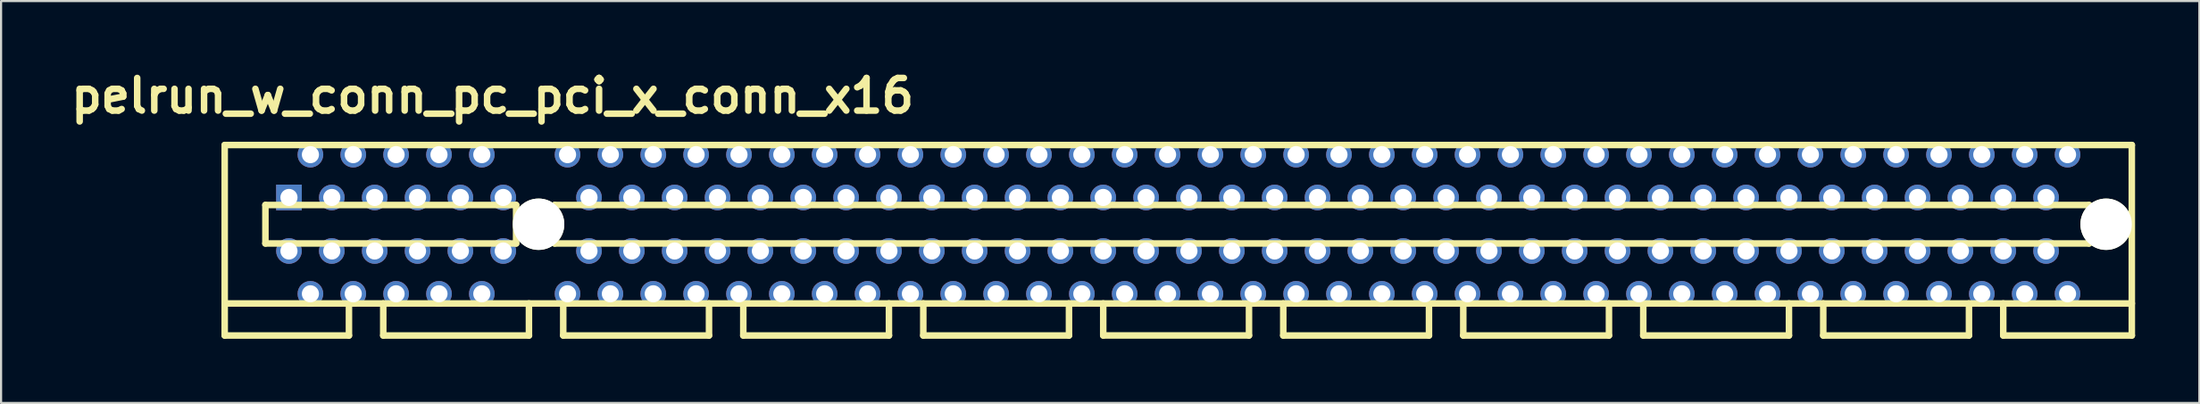
<source format=kicad_pcb>
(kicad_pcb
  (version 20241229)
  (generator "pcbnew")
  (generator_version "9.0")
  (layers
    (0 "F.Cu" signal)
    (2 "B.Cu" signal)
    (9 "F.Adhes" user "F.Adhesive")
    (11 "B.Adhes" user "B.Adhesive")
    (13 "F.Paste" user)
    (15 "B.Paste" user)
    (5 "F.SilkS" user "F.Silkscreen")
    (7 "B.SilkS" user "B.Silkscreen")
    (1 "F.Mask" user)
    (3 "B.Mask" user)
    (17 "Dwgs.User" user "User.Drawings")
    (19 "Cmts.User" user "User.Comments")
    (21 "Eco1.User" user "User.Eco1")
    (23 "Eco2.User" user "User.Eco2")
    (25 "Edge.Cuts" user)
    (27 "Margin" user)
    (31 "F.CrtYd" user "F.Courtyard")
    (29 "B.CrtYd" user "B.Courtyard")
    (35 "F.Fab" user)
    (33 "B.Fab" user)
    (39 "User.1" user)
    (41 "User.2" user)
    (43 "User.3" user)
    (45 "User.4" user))
  (footprint "pelrun_w_conn_pc_pci_x_conn_x16"
    (layer "F.Cu")
    (at 19.935 7.426)
    (property "Reference" "pelrun_w_conn_pc_pci_x_conn_x16" (at 0 -5.999 0) (layer "F.SilkS") (effects (font (size 1.524 1.524) (thickness 0.305))))
    (attr through_hole)
    (fp_line (start -12.499 -3.701) (end -12.499 3.701) (stroke (width 0.305) (type solid)) (layer "F.SilkS"))
    (fp_line (start -12.499 3.701) (end -12.499 5.199) (stroke (width 0.305) (type solid)) (layer "F.SilkS"))
    (fp_line (start -12.499 3.701) (end 76.5 3.701) (stroke (width 0.305) (type solid)) (layer "F.SilkS"))
    (fp_line (start -10.599 -0.899) (end -10.599 0.899) (stroke (width 0.305) (type solid)) (layer "F.SilkS"))
    (fp_line (start -10.599 -0.899) (end 1.1 -0.899) (stroke (width 0.305) (type solid)) (layer "F.SilkS"))
    (fp_line (start -6.701 5.199) (end -12.499 5.199) (stroke (width 0.305) (type solid)) (layer "F.SilkS"))
    (fp_line (start -6.701 5.199) (end -6.701 3.701) (stroke (width 0.305) (type solid)) (layer "F.SilkS"))
    (fp_line (start -5.1 3.701) (end -5.1 5.199) (stroke (width 0.305) (type solid)) (layer "F.SilkS"))
    (fp_line (start -5.098 5.199) (end 1.702 5.199) (stroke (width 0.305) (type solid)) (layer "F.SilkS"))
    (fp_line (start 1.1 0.899) (end -10.599 0.899) (stroke (width 0.305) (type solid)) (layer "F.SilkS"))
    (fp_line (start 1.1 0.899) (end 1.1 -0.899) (stroke (width 0.305) (type solid)) (layer "F.SilkS"))
    (fp_line (start 1.699 5.199) (end 1.699 3.701) (stroke (width 0.305) (type solid)) (layer "F.SilkS"))
    (fp_line (start 2.901 0.899) (end 2.901 -0.899) (stroke (width 0.305) (type solid)) (layer "F.SilkS"))
    (fp_line (start 2.901 0.899) (end 74.501 0.899) (stroke (width 0.305) (type solid)) (layer "F.SilkS"))
    (fp_line (start 3.299 3.701) (end 3.299 5.199) (stroke (width 0.305) (type solid)) (layer "F.SilkS"))
    (fp_line (start 3.302 5.199) (end 10.102 5.199) (stroke (width 0.305) (type solid)) (layer "F.SilkS"))
    (fp_line (start 10.102 5.199) (end 10.102 3.701) (stroke (width 0.305) (type solid)) (layer "F.SilkS"))
    (fp_line (start 11.702 5.199) (end 11.702 3.701) (stroke (width 0.305) (type solid)) (layer "F.SilkS"))
    (fp_line (start 11.702 5.199) (end 18.501 5.199) (stroke (width 0.305) (type solid)) (layer "F.SilkS"))
    (fp_line (start 18.499 5.199) (end 18.499 3.701) (stroke (width 0.305) (type solid)) (layer "F.SilkS"))
    (fp_line (start 20.102 3.701) (end 20.102 5.199) (stroke (width 0.305) (type solid)) (layer "F.SilkS"))
    (fp_line (start 20.102 5.199) (end 26.901 5.199) (stroke (width 0.305) (type solid)) (layer "F.SilkS"))
    (fp_line (start 26.901 5.199) (end 26.901 3.701) (stroke (width 0.305) (type solid)) (layer "F.SilkS"))
    (fp_line (start 28.499 3.701) (end 28.499 5.199) (stroke (width 0.305) (type solid)) (layer "F.SilkS"))
    (fp_line (start 28.501 5.197) (end 35.301 5.197) (stroke (width 0.305) (type solid)) (layer "F.SilkS"))
    (fp_line (start 35.301 5.199) (end 35.301 3.701) (stroke (width 0.305) (type solid)) (layer "F.SilkS"))
    (fp_line (start 36.901 5.199) (end 36.901 3.701) (stroke (width 0.305) (type solid)) (layer "F.SilkS"))
    (fp_line (start 36.901 5.199) (end 43.701 5.199) (stroke (width 0.305) (type solid)) (layer "F.SilkS"))
    (fp_line (start 43.701 5.199) (end 43.701 3.701) (stroke (width 0.305) (type solid)) (layer "F.SilkS"))
    (fp_line (start 45.301 5.199) (end 45.301 3.701) (stroke (width 0.305) (type solid)) (layer "F.SilkS"))
    (fp_line (start 52.1 5.199) (end 45.301 5.199) (stroke (width 0.305) (type solid)) (layer "F.SilkS"))
    (fp_line (start 52.1 5.199) (end 52.1 3.701) (stroke (width 0.305) (type solid)) (layer "F.SilkS"))
    (fp_line (start 53.701 5.199) (end 53.701 3.701) (stroke (width 0.305) (type solid)) (layer "F.SilkS"))
    (fp_line (start 53.701 5.199) (end 60.5 5.199) (stroke (width 0.305) (type solid)) (layer "F.SilkS"))
    (fp_line (start 60.5 5.199) (end 60.5 3.701) (stroke (width 0.305) (type solid)) (layer "F.SilkS"))
    (fp_line (start 62.1 5.199) (end 62.1 3.701) (stroke (width 0.305) (type solid)) (layer "F.SilkS"))
    (fp_line (start 68.9 5.199) (end 62.1 5.199) (stroke (width 0.305) (type solid)) (layer "F.SilkS"))
    (fp_line (start 68.9 5.199) (end 68.9 3.701) (stroke (width 0.305) (type solid)) (layer "F.SilkS"))
    (fp_line (start 70.5 5.199) (end 70.5 3.701) (stroke (width 0.305) (type solid)) (layer "F.SilkS"))
    (fp_line (start 74.501 -0.899) (end 2.901 -0.899) (stroke (width 0.305) (type solid)) (layer "F.SilkS"))
    (fp_line (start 74.503 -0.899) (end 74.503 0.899) (stroke (width 0.305) (type solid)) (layer "F.SilkS"))
    (fp_line (start 76.5 -3.701) (end -12.499 -3.701) (stroke (width 0.305) (type solid)) (layer "F.SilkS"))
    (fp_line (start 76.5 -3.701) (end 76.5 5.199) (stroke (width 0.305) (type solid)) (layer "F.SilkS"))
    (fp_line (start 76.5 5.199) (end 70.5 5.199) (stroke (width 0.305) (type solid)) (layer "F.SilkS"))
    (pad "" np_thru_hole circle (at 2.149 0) (size 2.4 2.4) (drill 2.4) (layers "*.Cu" "F.SilkS"))
    (pad "" np_thru_hole circle (at 75.301 0) (size 2.4 2.4) (drill 2.4) (layers "*.Cu" "F.SilkS"))
    (pad "A1" thru_hole rect (at -9.5 -1.25) (size 1.199 1.199) (drill 0.8) (layers "*.Cu" "*.Mask"))
    (pad "A2" thru_hole circle (at -8.499 -3.251) (size 1.199 1.199) (drill 0.8) (layers "*.Cu" "*.Mask"))
    (pad "A3" thru_hole circle (at -7.501 -1.25) (size 1.199 1.199) (drill 0.8) (layers "*.Cu" "*.Mask"))
    (pad "A4" thru_hole circle (at -6.5 -3.251) (size 1.199 1.199) (drill 0.8) (layers "*.Cu" "*.Mask"))
    (pad "A5" thru_hole circle (at -5.499 -1.25) (size 1.199 1.199) (drill 0.8) (layers "*.Cu" "*.Mask"))
    (pad "A6" thru_hole circle (at -4.501 -3.251) (size 1.199 1.199) (drill 0.8) (layers "*.Cu" "*.Mask"))
    (pad "A7" thru_hole circle (at -3.5 -1.25) (size 1.199 1.199) (drill 0.8) (layers "*.Cu" "*.Mask"))
    (pad "A8" thru_hole circle (at -2.499 -3.251) (size 1.199 1.199) (drill 0.8) (layers "*.Cu" "*.Mask"))
    (pad "A9" thru_hole circle (at -1.501 -1.25) (size 1.199 1.199) (drill 0.8) (layers "*.Cu" "*.Mask"))
    (pad "A10" thru_hole circle (at -0.5 -3.251) (size 1.199 1.199) (drill 0.8) (layers "*.Cu" "*.Mask"))
    (pad "A11" thru_hole circle (at 0.5 -1.25) (size 1.199 1.199) (drill 0.8) (layers "*.Cu" "*.Mask"))
    (pad "A12" thru_hole circle (at 3.5 -3.251) (size 1.199 1.199) (drill 0.8) (layers "*.Cu" "*.Mask"))
    (pad "A13" thru_hole circle (at 4.501 -1.25) (size 1.199 1.199) (drill 0.8) (layers "*.Cu" "*.Mask"))
    (pad "A14" thru_hole circle (at 5.499 -3.251) (size 1.199 1.199) (drill 0.8) (layers "*.Cu" "*.Mask"))
    (pad "A15" thru_hole circle (at 6.5 -1.25) (size 1.199 1.199) (drill 0.8) (layers "*.Cu" "*.Mask"))
    (pad "A16" thru_hole circle (at 7.501 -3.251) (size 1.199 1.199) (drill 0.8) (layers "*.Cu" "*.Mask"))
    (pad "A17" thru_hole circle (at 8.499 -1.25) (size 1.199 1.199) (drill 0.8) (layers "*.Cu" "*.Mask"))
    (pad "A18" thru_hole circle (at 9.5 -3.251) (size 1.199 1.199) (drill 0.8) (layers "*.Cu" "*.Mask"))
    (pad "A19" thru_hole circle (at 10.5 -1.25) (size 1.199 1.199) (drill 0.8) (layers "*.Cu" "*.Mask"))
    (pad "A20" thru_hole circle (at 11.501 -3.251) (size 1.199 1.199) (drill 0.8) (layers "*.Cu" "*.Mask"))
    (pad "A21" thru_hole circle (at 12.499 -1.25) (size 1.199 1.199) (drill 0.8) (layers "*.Cu" "*.Mask"))
    (pad "A22" thru_hole circle (at 13.5 -3.251) (size 1.199 1.199) (drill 0.8) (layers "*.Cu" "*.Mask"))
    (pad "A23" thru_hole circle (at 14.501 -1.25) (size 1.199 1.199) (drill 0.8) (layers "*.Cu" "*.Mask"))
    (pad "A24" thru_hole circle (at 15.499 -3.251) (size 1.199 1.199) (drill 0.8) (layers "*.Cu" "*.Mask"))
    (pad "A25" thru_hole circle (at 16.5 -1.25) (size 1.199 1.199) (drill 0.8) (layers "*.Cu" "*.Mask"))
    (pad "A26" thru_hole circle (at 17.501 -3.251) (size 1.199 1.199) (drill 0.8) (layers "*.Cu" "*.Mask"))
    (pad "A27" thru_hole circle (at 18.499 -1.25) (size 1.199 1.199) (drill 0.8) (layers "*.Cu" "*.Mask"))
    (pad "A28" thru_hole circle (at 19.5 -3.251) (size 1.199 1.199) (drill 0.8) (layers "*.Cu" "*.Mask"))
    (pad "A29" thru_hole circle (at 20.5 -1.25) (size 1.199 1.199) (drill 0.8) (layers "*.Cu" "*.Mask"))
    (pad "A30" thru_hole circle (at 21.501 -3.251) (size 1.199 1.199) (drill 0.8) (layers "*.Cu" "*.Mask"))
    (pad "A31" thru_hole circle (at 22.499 -1.25) (size 1.199 1.199) (drill 0.8) (layers "*.Cu" "*.Mask"))
    (pad "A32" thru_hole circle (at 23.5 -3.251) (size 1.199 1.199) (drill 0.8) (layers "*.Cu" "*.Mask"))
    (pad "A33" thru_hole circle (at 24.501 -1.25) (size 1.199 1.199) (drill 0.8) (layers "*.Cu" "*.Mask"))
    (pad "A34" thru_hole circle (at 25.499 -3.251) (size 1.199 1.199) (drill 0.8) (layers "*.Cu" "*.Mask"))
    (pad "A35" thru_hole circle (at 26.5 -1.25) (size 1.199 1.199) (drill 0.8) (layers "*.Cu" "*.Mask"))
    (pad "A36" thru_hole circle (at 27.501 -3.251) (size 1.199 1.199) (drill 0.8) (layers "*.Cu" "*.Mask"))
    (pad "A37" thru_hole circle (at 28.499 -1.25) (size 1.199 1.199) (drill 0.8) (layers "*.Cu" "*.Mask"))
    (pad "A38" thru_hole circle (at 29.5 -3.251) (size 1.199 1.199) (drill 0.8) (layers "*.Cu" "*.Mask"))
    (pad "A39" thru_hole circle (at 30.5 -1.25) (size 1.199 1.199) (drill 0.8) (layers "*.Cu" "*.Mask"))
    (pad "A40" thru_hole circle (at 31.501 -3.251) (size 1.199 1.199) (drill 0.8) (layers "*.Cu" "*.Mask"))
    (pad "A41" thru_hole circle (at 32.499 -1.25) (size 1.199 1.199) (drill 0.8) (layers "*.Cu" "*.Mask"))
    (pad "A42" thru_hole circle (at 33.5 -3.251) (size 1.199 1.199) (drill 0.8) (layers "*.Cu" "*.Mask"))
    (pad "A43" thru_hole circle (at 34.501 -1.25) (size 1.199 1.199) (drill 0.8) (layers "*.Cu" "*.Mask"))
    (pad "A44" thru_hole circle (at 35.499 -3.251) (size 1.199 1.199) (drill 0.8) (layers "*.Cu" "*.Mask"))
    (pad "A45" thru_hole circle (at 36.5 -1.25) (size 1.199 1.199) (drill 0.8) (layers "*.Cu" "*.Mask"))
    (pad "A46" thru_hole circle (at 37.501 -3.251) (size 1.199 1.199) (drill 0.8) (layers "*.Cu" "*.Mask"))
    (pad "A47" thru_hole circle (at 38.499 -1.25) (size 1.199 1.199) (drill 0.8) (layers "*.Cu" "*.Mask"))
    (pad "A48" thru_hole circle (at 39.5 -3.251) (size 1.199 1.199) (drill 0.8) (layers "*.Cu" "*.Mask"))
    (pad "A49" thru_hole circle (at 40.5 -1.25) (size 1.199 1.199) (drill 0.8) (layers "*.Cu" "*.Mask"))
    (pad "A50" thru_hole circle (at 41.501 -3.251) (size 1.199 1.199) (drill 0.8) (layers "*.Cu" "*.Mask"))
    (pad "A51" thru_hole circle (at 42.499 -1.25) (size 1.199 1.199) (drill 0.8) (layers "*.Cu" "*.Mask"))
    (pad "A52" thru_hole circle (at 43.5 -3.251) (size 1.199 1.199) (drill 0.8) (layers "*.Cu" "*.Mask"))
    (pad "A53" thru_hole circle (at 44.501 -1.25) (size 1.199 1.199) (drill 0.8) (layers "*.Cu" "*.Mask"))
    (pad "A54" thru_hole circle (at 45.499 -3.251) (size 1.199 1.199) (drill 0.8) (layers "*.Cu" "*.Mask"))
    (pad "A55" thru_hole circle (at 46.5 -1.25) (size 1.199 1.199) (drill 0.8) (layers "*.Cu" "*.Mask"))
    (pad "A56" thru_hole circle (at 47.501 -3.251) (size 1.199 1.199) (drill 0.8) (layers "*.Cu" "*.Mask"))
    (pad "A57" thru_hole circle (at 48.499 -1.25) (size 1.199 1.199) (drill 0.8) (layers "*.Cu" "*.Mask"))
    (pad "A58" thru_hole circle (at 49.5 -3.251) (size 1.199 1.199) (drill 0.8) (layers "*.Cu" "*.Mask"))
    (pad "A59" thru_hole circle (at 50.5 -1.25) (size 1.199 1.199) (drill 0.8) (layers "*.Cu" "*.Mask"))
    (pad "A60" thru_hole circle (at 51.501 -3.251) (size 1.199 1.199) (drill 0.8) (layers "*.Cu" "*.Mask"))
    (pad "A61" thru_hole circle (at 52.499 -1.25) (size 1.199 1.199) (drill 0.8) (layers "*.Cu" "*.Mask"))
    (pad "A62" thru_hole circle (at 53.5 -3.251) (size 1.199 1.199) (drill 0.8) (layers "*.Cu" "*.Mask"))
    (pad "A63" thru_hole circle (at 54.501 -1.25) (size 1.199 1.199) (drill 0.8) (layers "*.Cu" "*.Mask"))
    (pad "A64" thru_hole circle (at 55.499 -3.251) (size 1.199 1.199) (drill 0.8) (layers "*.Cu" "*.Mask"))
    (pad "A65" thru_hole circle (at 56.5 -1.25) (size 1.199 1.199) (drill 0.8) (layers "*.Cu" "*.Mask"))
    (pad "A66" thru_hole circle (at 57.501 -3.251) (size 1.199 1.199) (drill 0.8) (layers "*.Cu" "*.Mask"))
    (pad "A67" thru_hole circle (at 58.499 -1.25) (size 1.199 1.199) (drill 0.8) (layers "*.Cu" "*.Mask"))
    (pad "A68" thru_hole circle (at 59.499 -3.251) (size 1.199 1.199) (drill 0.8) (layers "*.Cu" "*.Mask"))
    (pad "A69" thru_hole circle (at 60.5 -1.25) (size 1.199 1.199) (drill 0.8) (layers "*.Cu" "*.Mask"))
    (pad "A70" thru_hole circle (at 61.501 -3.251) (size 1.199 1.199) (drill 0.8) (layers "*.Cu" "*.Mask"))
    (pad "A71" thru_hole circle (at 62.499 -1.25) (size 1.199 1.199) (drill 0.8) (layers "*.Cu" "*.Mask"))
    (pad "A72" thru_hole circle (at 63.5 -3.251) (size 1.199 1.199) (drill 0.8) (layers "*.Cu" "*.Mask"))
    (pad "A73" thru_hole circle (at 64.501 -1.25) (size 1.199 1.199) (drill 0.8) (layers "*.Cu" "*.Mask"))
    (pad "A74" thru_hole circle (at 65.499 -3.251) (size 1.199 1.199) (drill 0.8) (layers "*.Cu" "*.Mask"))
    (pad "A75" thru_hole circle (at 66.5 -1.25) (size 1.199 1.199) (drill 0.8) (layers "*.Cu" "*.Mask"))
    (pad "A76" thru_hole circle (at 67.501 -3.251) (size 1.199 1.199) (drill 0.8) (layers "*.Cu" "*.Mask"))
    (pad "A77" thru_hole circle (at 68.501 -1.25) (size 1.199 1.199) (drill 0.8) (layers "*.Cu" "*.Mask"))
    (pad "A78" thru_hole circle (at 69.499 -3.251) (size 1.199 1.199) (drill 0.8) (layers "*.Cu" "*.Mask"))
    (pad "A79" thru_hole circle (at 70.5 -1.25) (size 1.199 1.199) (drill 0.8) (layers "*.Cu" "*.Mask"))
    (pad "A80" thru_hole circle (at 71.501 -3.251) (size 1.199 1.199) (drill 0.8) (layers "*.Cu" "*.Mask"))
    (pad "A81" thru_hole circle (at 72.499 -1.25) (size 1.199 1.199) (drill 0.8) (layers "*.Cu" "*.Mask"))
    (pad "A82" thru_hole circle (at 73.5 -3.251) (size 1.199 1.199) (drill 0.8) (layers "*.Cu" "*.Mask"))
    (pad "B1" thru_hole circle (at -9.5 1.25) (size 1.199 1.199) (drill 0.8) (layers "*.Cu" "*.Mask"))
    (pad "B2" thru_hole circle (at -8.499 3.251) (size 1.199 1.199) (drill 0.8) (layers "*.Cu" "*.Mask"))
    (pad "B3" thru_hole circle (at -7.501 1.25) (size 1.199 1.199) (drill 0.8) (layers "*.Cu" "*.Mask"))
    (pad "B4" thru_hole circle (at -6.5 3.251) (size 1.199 1.199) (drill 0.8) (layers "*.Cu" "*.Mask"))
    (pad "B5" thru_hole circle (at -5.499 1.25) (size 1.199 1.199) (drill 0.8) (layers "*.Cu" "*.Mask"))
    (pad "B6" thru_hole circle (at -4.501 3.251) (size 1.199 1.199) (drill 0.8) (layers "*.Cu" "*.Mask"))
    (pad "B7" thru_hole circle (at -3.5 1.25) (size 1.199 1.199) (drill 0.8) (layers "*.Cu" "*.Mask"))
    (pad "B8" thru_hole circle (at -2.499 3.251) (size 1.199 1.199) (drill 0.8) (layers "*.Cu" "*.Mask"))
    (pad "B9" thru_hole circle (at -1.501 1.25) (size 1.199 1.199) (drill 0.8) (layers "*.Cu" "*.Mask"))
    (pad "B10" thru_hole circle (at -0.5 3.251) (size 1.199 1.199) (drill 0.8) (layers "*.Cu" "*.Mask"))
    (pad "B11" thru_hole circle (at 0.5 1.25) (size 1.199 1.199) (drill 0.8) (layers "*.Cu" "*.Mask"))
    (pad "B12" thru_hole circle (at 3.5 3.251) (size 1.199 1.199) (drill 0.8) (layers "*.Cu" "*.Mask"))
    (pad "B13" thru_hole circle (at 4.501 1.25) (size 1.199 1.199) (drill 0.8) (layers "*.Cu" "*.Mask"))
    (pad "B14" thru_hole circle (at 5.499 3.251) (size 1.199 1.199) (drill 0.8) (layers "*.Cu" "*.Mask"))
    (pad "B15" thru_hole circle (at 6.5 1.25) (size 1.199 1.199) (drill 0.8) (layers "*.Cu" "*.Mask"))
    (pad "B16" thru_hole circle (at 7.501 3.251) (size 1.199 1.199) (drill 0.8) (layers "*.Cu" "*.Mask"))
    (pad "B17" thru_hole circle (at 8.499 1.25) (size 1.199 1.199) (drill 0.8) (layers "*.Cu" "*.Mask"))
    (pad "B18" thru_hole circle (at 9.5 3.251) (size 1.199 1.199) (drill 0.8) (layers "*.Cu" "*.Mask"))
    (pad "B19" thru_hole circle (at 10.5 1.25) (size 1.199 1.199) (drill 0.8) (layers "*.Cu" "*.Mask"))
    (pad "B20" thru_hole circle (at 11.501 3.251) (size 1.199 1.199) (drill 0.8) (layers "*.Cu" "*.Mask"))
    (pad "B21" thru_hole circle (at 12.499 1.25) (size 1.199 1.199) (drill 0.8) (layers "*.Cu" "*.Mask"))
    (pad "B22" thru_hole circle (at 13.5 3.251) (size 1.199 1.199) (drill 0.8) (layers "*.Cu" "*.Mask"))
    (pad "B23" thru_hole circle (at 14.501 1.25) (size 1.199 1.199) (drill 0.8) (layers "*.Cu" "*.Mask"))
    (pad "B24" thru_hole circle (at 15.499 3.251) (size 1.199 1.199) (drill 0.8) (layers "*.Cu" "*.Mask"))
    (pad "B25" thru_hole circle (at 16.5 1.25) (size 1.199 1.199) (drill 0.8) (layers "*.Cu" "*.Mask"))
    (pad "B26" thru_hole circle (at 17.501 3.251) (size 1.199 1.199) (drill 0.8) (layers "*.Cu" "*.Mask"))
    (pad "B27" thru_hole circle (at 18.499 1.25) (size 1.199 1.199) (drill 0.8) (layers "*.Cu" "*.Mask"))
    (pad "B28" thru_hole circle (at 19.5 3.251) (size 1.199 1.199) (drill 0.8) (layers "*.Cu" "*.Mask"))
    (pad "B29" thru_hole circle (at 20.5 1.25) (size 1.199 1.199) (drill 0.8) (layers "*.Cu" "*.Mask"))
    (pad "B30" thru_hole circle (at 21.501 3.251) (size 1.199 1.199) (drill 0.8) (layers "*.Cu" "*.Mask"))
    (pad "B31" thru_hole circle (at 22.499 1.25) (size 1.199 1.199) (drill 0.8) (layers "*.Cu" "*.Mask"))
    (pad "B32" thru_hole circle (at 23.5 3.251) (size 1.199 1.199) (drill 0.8) (layers "*.Cu" "*.Mask"))
    (pad "B33" thru_hole circle (at 24.501 1.25) (size 1.199 1.199) (drill 0.8) (layers "*.Cu" "*.Mask"))
    (pad "B34" thru_hole circle (at 25.499 3.251) (size 1.199 1.199) (drill 0.8) (layers "*.Cu" "*.Mask"))
    (pad "B35" thru_hole circle (at 26.5 1.25) (size 1.199 1.199) (drill 0.8) (layers "*.Cu" "*.Mask"))
    (pad "B36" thru_hole circle (at 27.501 3.251) (size 1.199 1.199) (drill 0.8) (layers "*.Cu" "*.Mask"))
    (pad "B37" thru_hole circle (at 28.499 1.25) (size 1.199 1.199) (drill 0.8) (layers "*.Cu" "*.Mask"))
    (pad "B38" thru_hole circle (at 29.5 3.251) (size 1.199 1.199) (drill 0.8) (layers "*.Cu" "*.Mask"))
    (pad "B39" thru_hole circle (at 30.5 1.25) (size 1.199 1.199) (drill 0.8) (layers "*.Cu" "*.Mask"))
    (pad "B40" thru_hole circle (at 31.501 3.251) (size 1.199 1.199) (drill 0.8) (layers "*.Cu" "*.Mask"))
    (pad "B41" thru_hole circle (at 32.499 1.25) (size 1.199 1.199) (drill 0.8) (layers "*.Cu" "*.Mask"))
    (pad "B42" thru_hole circle (at 33.5 3.251) (size 1.199 1.199) (drill 0.8) (layers "*.Cu" "*.Mask"))
    (pad "B43" thru_hole circle (at 34.501 1.25) (size 1.199 1.199) (drill 0.8) (layers "*.Cu" "*.Mask"))
    (pad "B44" thru_hole circle (at 35.499 3.251) (size 1.199 1.199) (drill 0.8) (layers "*.Cu" "*.Mask"))
    (pad "B45" thru_hole circle (at 36.5 1.25) (size 1.199 1.199) (drill 0.8) (layers "*.Cu" "*.Mask"))
    (pad "B46" thru_hole circle (at 37.501 3.251) (size 1.199 1.199) (drill 0.8) (layers "*.Cu" "*.Mask"))
    (pad "B47" thru_hole circle (at 38.499 1.25) (size 1.199 1.199) (drill 0.8) (layers "*.Cu" "*.Mask"))
    (pad "B48" thru_hole circle (at 39.5 3.251) (size 1.199 1.199) (drill 0.8) (layers "*.Cu" "*.Mask"))
    (pad "B49" thru_hole circle (at 40.5 1.25) (size 1.199 1.199) (drill 0.8) (layers "*.Cu" "*.Mask"))
    (pad "B50" thru_hole circle (at 41.501 3.251) (size 1.199 1.199) (drill 0.8) (layers "*.Cu" "*.Mask"))
    (pad "B51" thru_hole circle (at 42.499 1.25) (size 1.199 1.199) (drill 0.8) (layers "*.Cu" "*.Mask"))
    (pad "B52" thru_hole circle (at 43.5 3.251) (size 1.199 1.199) (drill 0.8) (layers "*.Cu" "*.Mask"))
    (pad "B53" thru_hole circle (at 44.501 1.25) (size 1.199 1.199) (drill 0.8) (layers "*.Cu" "*.Mask"))
    (pad "B54" thru_hole circle (at 45.499 3.251) (size 1.199 1.199) (drill 0.8) (layers "*.Cu" "*.Mask"))
    (pad "B55" thru_hole circle (at 46.5 1.25) (size 1.199 1.199) (drill 0.8) (layers "*.Cu" "*.Mask"))
    (pad "B56" thru_hole circle (at 47.501 3.251) (size 1.199 1.199) (drill 0.8) (layers "*.Cu" "*.Mask"))
    (pad "B57" thru_hole circle (at 48.499 1.25) (size 1.199 1.199) (drill 0.8) (layers "*.Cu" "*.Mask"))
    (pad "B58" thru_hole circle (at 49.5 3.251) (size 1.199 1.199) (drill 0.8) (layers "*.Cu" "*.Mask"))
    (pad "B59" thru_hole circle (at 50.5 1.25) (size 1.199 1.199) (drill 0.8) (layers "*.Cu" "*.Mask"))
    (pad "B60" thru_hole circle (at 51.501 3.251) (size 1.199 1.199) (drill 0.8) (layers "*.Cu" "*.Mask"))
    (pad "B61" thru_hole circle (at 52.499 1.25) (size 1.199 1.199) (drill 0.8) (layers "*.Cu" "*.Mask"))
    (pad "B62" thru_hole circle (at 53.5 3.251) (size 1.199 1.199) (drill 0.8) (layers "*.Cu" "*.Mask"))
    (pad "B63" thru_hole circle (at 54.501 1.25) (size 1.199 1.199) (drill 0.8) (layers "*.Cu" "*.Mask"))
    (pad "B64" thru_hole circle (at 55.499 3.251) (size 1.199 1.199) (drill 0.8) (layers "*.Cu" "*.Mask"))
    (pad "B65" thru_hole circle (at 56.5 1.25) (size 1.199 1.199) (drill 0.8) (layers "*.Cu" "*.Mask"))
    (pad "B66" thru_hole circle (at 57.501 3.251) (size 1.199 1.199) (drill 0.8) (layers "*.Cu" "*.Mask"))
    (pad "B67" thru_hole circle (at 58.499 1.25) (size 1.199 1.199) (drill 0.8) (layers "*.Cu" "*.Mask"))
    (pad "B68" thru_hole circle (at 59.499 3.251) (size 1.199 1.199) (drill 0.8) (layers "*.Cu" "*.Mask"))
    (pad "B69" thru_hole circle (at 60.5 1.25) (size 1.199 1.199) (drill 0.8) (layers "*.Cu" "*.Mask"))
    (pad "B70" thru_hole circle (at 61.501 3.251) (size 1.199 1.199) (drill 0.8) (layers "*.Cu" "*.Mask"))
    (pad "B71" thru_hole circle (at 62.499 1.25) (size 1.199 1.199) (drill 0.8) (layers "*.Cu" "*.Mask"))
    (pad "B72" thru_hole circle (at 63.5 3.251) (size 1.199 1.199) (drill 0.8) (layers "*.Cu" "*.Mask"))
    (pad "B73" thru_hole circle (at 64.501 1.25) (size 1.199 1.199) (drill 0.8) (layers "*.Cu" "*.Mask"))
    (pad "B74" thru_hole circle (at 65.499 3.251) (size 1.199 1.199) (drill 0.8) (layers "*.Cu" "*.Mask"))
    (pad "B75" thru_hole circle (at 66.5 1.25) (size 1.199 1.199) (drill 0.8) (layers "*.Cu" "*.Mask"))
    (pad "B76" thru_hole circle (at 67.501 3.251) (size 1.199 1.199) (drill 0.8) (layers "*.Cu" "*.Mask"))
    (pad "B77" thru_hole circle (at 68.501 1.25) (size 1.199 1.199) (drill 0.8) (layers "*.Cu" "*.Mask"))
    (pad "B78" thru_hole circle (at 69.499 3.251) (size 1.199 1.199) (drill 0.8) (layers "*.Cu" "*.Mask"))
    (pad "B79" thru_hole circle (at 70.5 1.25) (size 1.199 1.199) (drill 0.8) (layers "*.Cu" "*.Mask"))
    (pad "B80" thru_hole circle (at 71.501 3.251) (size 1.199 1.199) (drill 0.8) (layers "*.Cu" "*.Mask"))
    (pad "B81" thru_hole circle (at 72.499 1.25) (size 1.199 1.199) (drill 0.8) (layers "*.Cu" "*.Mask"))
    (pad "B82" thru_hole circle (at 73.5 3.251) (size 1.199 1.199) (drill 0.8) (layers "*.Cu" "*.Mask")))
  (gr_rect
    (start -3 -3)
    (end 99.587 15.778)
    (stroke (width 0.1) (type default))
    (fill no)
    (layer "Edge.Cuts")))
</source>
